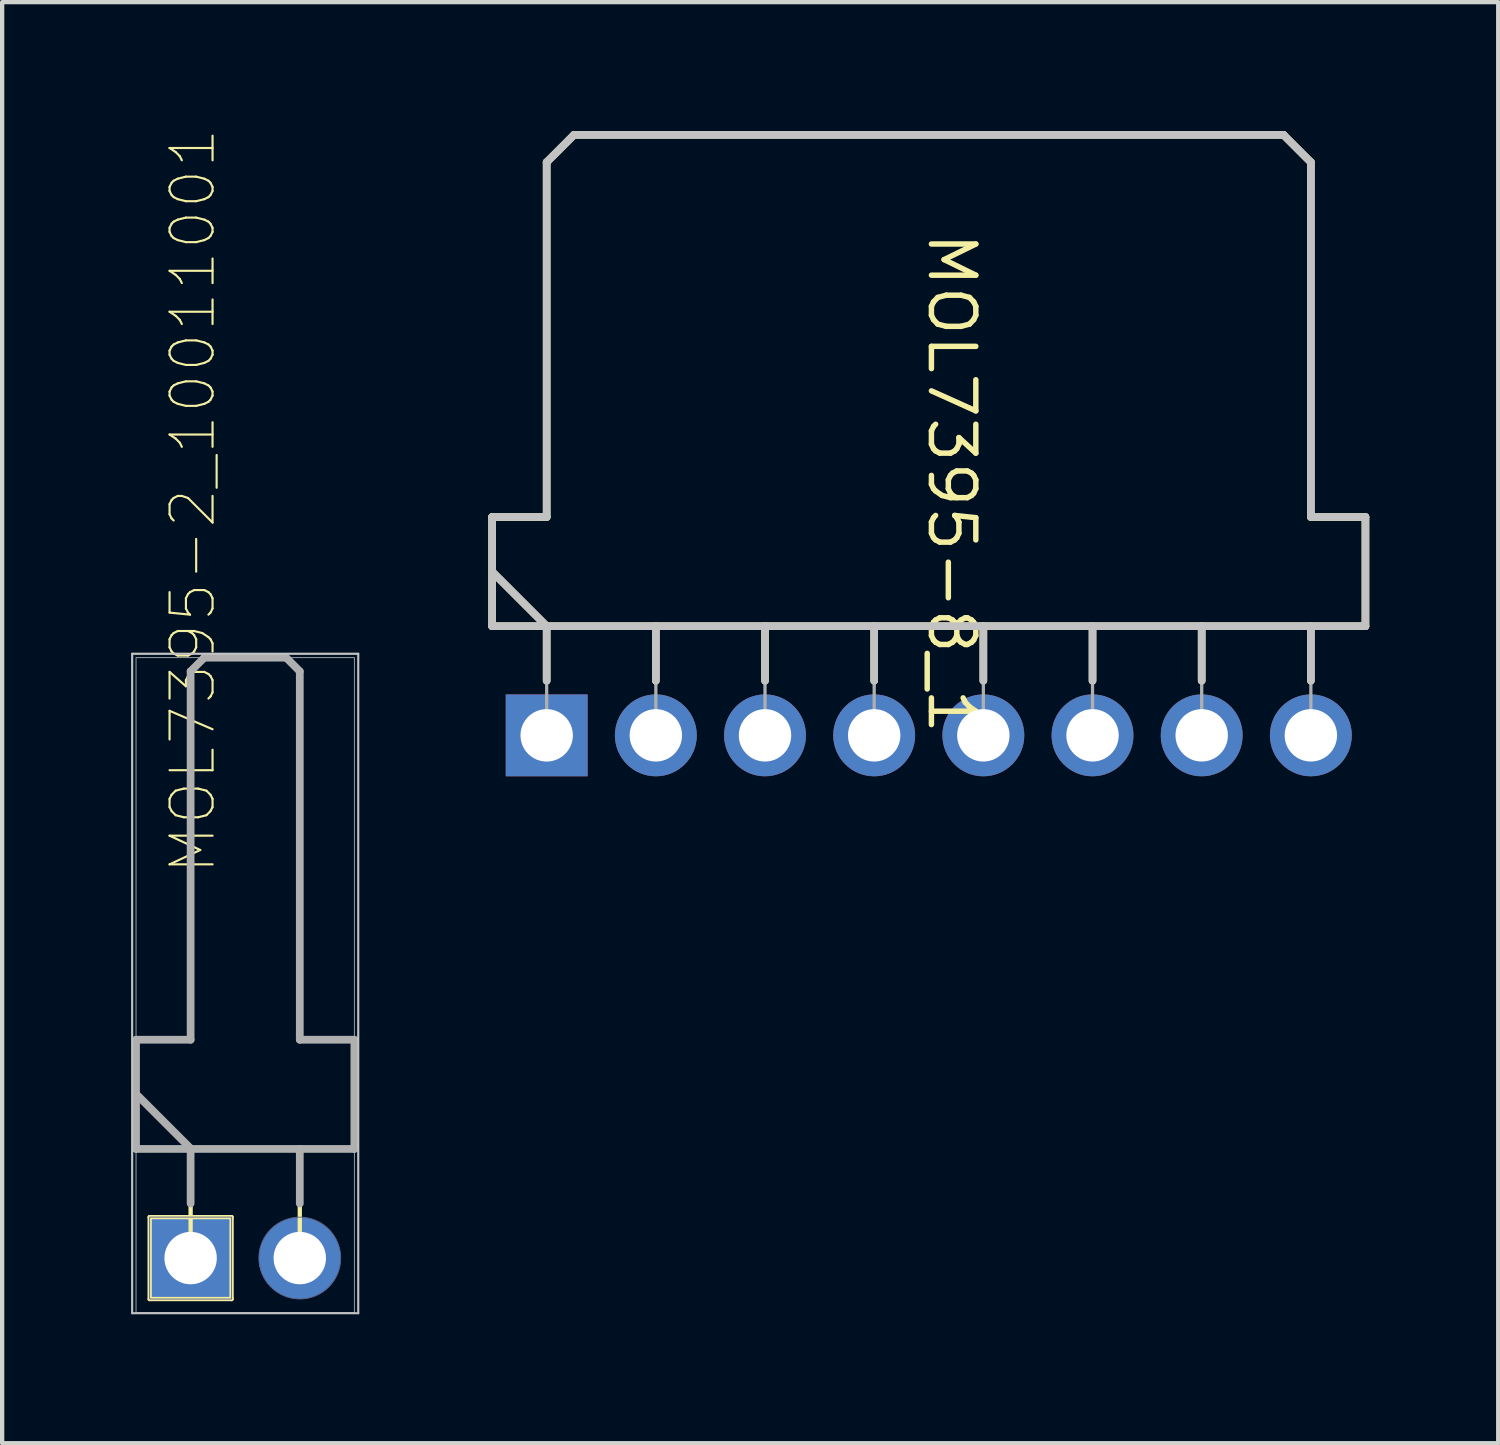
<source format=kicad_pcb>
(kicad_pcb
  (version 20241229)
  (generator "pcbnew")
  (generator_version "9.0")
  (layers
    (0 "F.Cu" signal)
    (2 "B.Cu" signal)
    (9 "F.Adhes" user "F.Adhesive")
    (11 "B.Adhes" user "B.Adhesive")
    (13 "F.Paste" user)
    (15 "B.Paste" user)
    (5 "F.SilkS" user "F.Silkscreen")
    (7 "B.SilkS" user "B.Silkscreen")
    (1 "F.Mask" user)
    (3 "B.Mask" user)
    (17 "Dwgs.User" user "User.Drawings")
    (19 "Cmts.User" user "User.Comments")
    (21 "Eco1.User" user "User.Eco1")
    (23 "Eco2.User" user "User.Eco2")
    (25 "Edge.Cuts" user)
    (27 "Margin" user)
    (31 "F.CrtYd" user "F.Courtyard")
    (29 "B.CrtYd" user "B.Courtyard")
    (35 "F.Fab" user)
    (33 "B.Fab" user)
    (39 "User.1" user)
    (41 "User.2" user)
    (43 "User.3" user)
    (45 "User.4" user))
  (footprint "MOL7395-8_1"
    (layer "F.Cu")
    (at 9.669 14.059)
    (property "Reference" "MOL7395-8_1" (at 9.423 -5.867 270) (unlocked yes) (layer "F.SilkS") (effects (font (size 1.033 1.087) (thickness 0.127))))
    (attr smd)
    (fp_line (start -1.27 -5.08) (end 0 -5.08) (stroke (width 0.178) (type solid)) (layer "F.SilkS"))
    (fp_line (start -1.27 -2.54) (end -1.27 -5.08) (stroke (width 0.178) (type solid)) (layer "F.SilkS"))
    (fp_line (start -1.27 -2.54) (end 19.05 -2.54) (stroke (width 0.178) (type solid)) (layer "F.SilkS"))
    (fp_line (start -1.245 -3.785) (end 0 -2.54) (stroke (width 0.178) (type solid)) (layer "F.SilkS"))
    (fp_line (start 0 -13.335) (end 0.635 -13.97) (stroke (width 0.178) (type solid)) (layer "F.SilkS"))
    (fp_line (start 0 -5.08) (end 0 -13.335) (stroke (width 0.178) (type solid)) (layer "F.SilkS"))
    (fp_line (start 0 -1.27) (end 0 -2.54) (stroke (width 0.178) (type solid)) (layer "F.SilkS"))
    (fp_line (start 0.635 -13.97) (end 17.145 -13.97) (stroke (width 0.178) (type solid)) (layer "F.SilkS"))
    (fp_line (start 2.54 -1.27) (end 2.54 -2.54) (stroke (width 0.178) (type solid)) (layer "F.SilkS"))
    (fp_line (start 5.08 -1.27) (end 5.08 -2.54) (stroke (width 0.178) (type solid)) (layer "F.SilkS"))
    (fp_line (start 7.62 -1.27) (end 7.62 -2.54) (stroke (width 0.178) (type solid)) (layer "F.SilkS"))
    (fp_line (start 10.16 -1.27) (end 10.16 -2.54) (stroke (width 0.178) (type solid)) (layer "F.SilkS"))
    (fp_line (start 12.7 -1.27) (end 12.7 -2.54) (stroke (width 0.178) (type solid)) (layer "F.SilkS"))
    (fp_line (start 15.24 -1.27) (end 15.24 -2.54) (stroke (width 0.178) (type solid)) (layer "F.SilkS"))
    (fp_line (start 17.145 -13.97) (end 17.78 -13.335) (stroke (width 0.178) (type solid)) (layer "F.SilkS"))
    (fp_line (start 17.78 -5.08) (end 17.78 -13.335) (stroke (width 0.178) (type solid)) (layer "F.SilkS"))
    (fp_line (start 17.78 -5.08) (end 19.05 -5.08) (stroke (width 0.178) (type solid)) (layer "F.SilkS"))
    (fp_line (start 17.78 -1.27) (end 17.78 -2.54) (stroke (width 0.178) (type solid)) (layer "F.SilkS"))
    (fp_line (start 19.05 -2.54) (end 19.05 -5.08) (stroke (width 0.178) (type solid)) (layer "F.SilkS"))
    (fp_line (start -1.27 -5.08) (end 0 -5.08) (stroke (width 0.178) (type solid)) (layer "Dwgs.User"))
    (fp_line (start -1.27 -2.54) (end -1.27 -5.08) (stroke (width 0.178) (type solid)) (layer "Dwgs.User"))
    (fp_line (start -1.27 -2.54) (end 19.05 -2.54) (stroke (width 0.178) (type solid)) (layer "Dwgs.User"))
    (fp_line (start -1.245 -3.785) (end 0 -2.54) (stroke (width 0.178) (type solid)) (layer "Dwgs.User"))
    (fp_line (start 0 -13.335) (end 0.635 -13.97) (stroke (width 0.178) (type solid)) (layer "Dwgs.User"))
    (fp_line (start 0 -5.08) (end 0 -13.335) (stroke (width 0.178) (type solid)) (layer "Dwgs.User"))
    (fp_line (start 0 -1.27) (end 0 -2.54) (stroke (width 0.178) (type solid)) (layer "Dwgs.User"))
    (fp_line (start 0.635 -13.97) (end 17.145 -13.97) (stroke (width 0.178) (type solid)) (layer "Dwgs.User"))
    (fp_line (start 2.54 -1.27) (end 2.54 -2.54) (stroke (width 0.178) (type solid)) (layer "Dwgs.User"))
    (fp_line (start 5.08 -1.27) (end 5.08 -2.54) (stroke (width 0.178) (type solid)) (layer "Dwgs.User"))
    (fp_line (start 7.62 -1.27) (end 7.62 -2.54) (stroke (width 0.178) (type solid)) (layer "Dwgs.User"))
    (fp_line (start 10.16 -1.27) (end 10.16 -2.54) (stroke (width 0.178) (type solid)) (layer "Dwgs.User"))
    (fp_line (start 12.7 -1.27) (end 12.7 -2.54) (stroke (width 0.178) (type solid)) (layer "Dwgs.User"))
    (fp_line (start 15.24 -1.27) (end 15.24 -2.54) (stroke (width 0.178) (type solid)) (layer "Dwgs.User"))
    (fp_line (start 17.145 -13.97) (end 17.78 -13.335) (stroke (width 0.178) (type solid)) (layer "Dwgs.User"))
    (fp_line (start 17.78 -5.08) (end 17.78 -13.335) (stroke (width 0.178) (type solid)) (layer "Dwgs.User"))
    (fp_line (start 17.78 -5.08) (end 19.05 -5.08) (stroke (width 0.178) (type solid)) (layer "Dwgs.User"))
    (fp_line (start 17.78 -1.27) (end 17.78 -2.54) (stroke (width 0.178) (type solid)) (layer "Dwgs.User"))
    (fp_line (start 19.05 -2.54) (end 19.05 -5.08) (stroke (width 0.178) (type solid)) (layer "Dwgs.User"))
    (fp_line (start -1.27 -5.08) (end 0 -5.08) (stroke (width 0.076) (type solid)) (layer "F.Fab"))
    (fp_line (start -1.27 -2.54) (end -1.27 -5.08) (stroke (width 0.076) (type solid)) (layer "F.Fab"))
    (fp_line (start -1.27 -2.54) (end 19.05 -2.54) (stroke (width 0.076) (type solid)) (layer "F.Fab"))
    (fp_line (start -1.245 -3.785) (end 0 -2.54) (stroke (width 0.076) (type solid)) (layer "F.Fab"))
    (fp_line (start 0 -13.335) (end 0.635 -13.97) (stroke (width 0.076) (type solid)) (layer "F.Fab"))
    (fp_line (start 0 -5.08) (end 0 -13.335) (stroke (width 0.076) (type solid)) (layer "F.Fab"))
    (fp_line (start 0 0) (end 0 -2.54) (stroke (width 0.076) (type solid)) (layer "F.Fab"))
    (fp_line (start 0.635 -13.97) (end 17.145 -13.97) (stroke (width 0.076) (type solid)) (layer "F.Fab"))
    (fp_line (start 2.54 0) (end 2.54 -2.54) (stroke (width 0.076) (type solid)) (layer "F.Fab"))
    (fp_line (start 5.08 0) (end 5.08 -2.54) (stroke (width 0.076) (type solid)) (layer "F.Fab"))
    (fp_line (start 7.62 0) (end 7.62 -2.54) (stroke (width 0.076) (type solid)) (layer "F.Fab"))
    (fp_line (start 10.16 0) (end 10.16 -2.54) (stroke (width 0.076) (type solid)) (layer "F.Fab"))
    (fp_line (start 12.7 0) (end 12.7 -2.54) (stroke (width 0.076) (type solid)) (layer "F.Fab"))
    (fp_line (start 15.24 0) (end 15.24 -2.54) (stroke (width 0.076) (type solid)) (layer "F.Fab"))
    (fp_line (start 17.145 -13.97) (end 17.78 -13.335) (stroke (width 0.076) (type solid)) (layer "F.Fab"))
    (fp_line (start 17.78 -5.08) (end 17.78 -13.335) (stroke (width 0.076) (type solid)) (layer "F.Fab"))
    (fp_line (start 17.78 -5.08) (end 19.05 -5.08) (stroke (width 0.076) (type solid)) (layer "F.Fab"))
    (fp_line (start 17.78 0) (end 17.78 -2.54) (stroke (width 0.076) (type solid)) (layer "F.Fab"))
    (fp_line (start 19.05 -2.54) (end 19.05 -5.08) (stroke (width 0.076) (type solid)) (layer "F.Fab"))
    (pad "1" thru_hole rect (at 0 0) (size 1.905 1.905) (drill 1.219) (layers "*.Cu" "*.Mask"))
    (pad "2" thru_hole circle (at 2.54 0) (size 1.905 1.905) (drill 1.219) (layers "*.Cu" "*.Mask"))
    (pad "3" thru_hole circle (at 5.08 0) (size 1.905 1.905) (drill 1.219) (layers "*.Cu" "*.Mask"))
    (pad "4" thru_hole circle (at 7.62 0) (size 1.905 1.905) (drill 1.219) (layers "*.Cu" "*.Mask"))
    (pad "5" thru_hole circle (at 10.16 0) (size 1.905 1.905) (drill 1.219) (layers "*.Cu" "*.Mask"))
    (pad "6" thru_hole circle (at 12.7 0) (size 1.905 1.905) (drill 1.219) (layers "*.Cu" "*.Mask"))
    (pad "7" thru_hole circle (at 15.24 0) (size 1.905 1.905) (drill 1.219) (layers "*.Cu" "*.Mask"))
    (pad "8" thru_hole circle (at 17.78 0) (size 1.905 1.905) (drill 1.219) (layers "*.Cu" "*.Mask")))
  (footprint "MOL7395-2_10011001"
    (placed yes)
    (layer "F.Cu")
    (at 1.385 26.221)
    (property "Reference" "MOL7395-2_10011001" (at 0.635 -8.89 90) (layer "F.SilkS") (effects (font (size 1 1) (thickness 0.05)) (justify left bottom)))
    (attr through_hole)
    (fp_line (start -1.27 -5.08) (end -1.27 -2.54) (stroke (width 0.1) (type solid)) (layer "F.SilkS"))
    (fp_line (start -1.27 -3.82) (end 0 -2.55) (stroke (width 0.1) (type solid)) (layer "F.SilkS"))
    (fp_line (start -1.27 -2.54) (end 3.81 -2.54) (stroke (width 0.1) (type solid)) (layer "F.SilkS"))
    (fp_line (start -0.953 -0.953) (end -0.953 0.953) (stroke (width 0.1) (type solid)) (layer "F.SilkS"))
    (fp_line (start -0.953 0.953) (end 0.953 0.953) (stroke (width 0.1) (type solid)) (layer "F.SilkS"))
    (fp_line (start 0 -13.652) (end 0 -5.08) (stroke (width 0.1) (type solid)) (layer "F.SilkS"))
    (fp_line (start 0 -5.08) (end -1.27 -5.08) (stroke (width 0.1) (type solid)) (layer "F.SilkS"))
    (fp_line (start 0 0) (end 0 -2.54) (stroke (width 0.1) (type solid)) (layer "F.SilkS"))
    (fp_line (start 0.318 -13.97) (end 0 -13.652) (stroke (width 0.1) (type solid)) (layer "F.SilkS"))
    (fp_line (start 0.953 -0.953) (end -0.953 -0.953) (stroke (width 0.1) (type solid)) (layer "F.SilkS"))
    (fp_line (start 0.953 0.953) (end 0.953 -0.953) (stroke (width 0.1) (type solid)) (layer "F.SilkS"))
    (fp_line (start 2.223 -13.97) (end 0.318 -13.97) (stroke (width 0.1) (type solid)) (layer "F.SilkS"))
    (fp_line (start 2.54 -13.652) (end 2.223 -13.97) (stroke (width 0.1) (type solid)) (layer "F.SilkS"))
    (fp_line (start 2.54 -5.08) (end 2.54 -13.652) (stroke (width 0.1) (type solid)) (layer "F.SilkS"))
    (fp_line (start 2.54 0) (end 2.54 -2.54) (stroke (width 0.1) (type solid)) (layer "F.SilkS"))
    (fp_line (start 3.81 -5.08) (end 2.54 -5.08) (stroke (width 0.1) (type solid)) (layer "F.SilkS"))
    (fp_line (start 3.81 -2.54) (end 3.81 -5.08) (stroke (width 0.1) (type solid)) (layer "F.SilkS"))
    (fp_line (start -1.36 -14.06) (end 3.9 -14.06) (stroke (width 0.05) (type solid)) (layer "Dwgs.User"))
    (fp_line (start -1.36 1.283) (end -1.36 -14.06) (stroke (width 0.05) (type solid)) (layer "Dwgs.User"))
    (fp_line (start 3.9 -14.06) (end 3.9 1.283) (stroke (width 0.05) (type solid)) (layer "Dwgs.User"))
    (fp_line (start 3.9 1.283) (end -1.36 1.283) (stroke (width 0.05) (type solid)) (layer "Dwgs.User"))
    (fp_arc (start 3.4925 0) (mid 1.5875 0) (end 3.4925 0) (stroke (width 0.02) (type solid)) (layer "B.Fab"))
    (fp_poly (pts (xy 0.953 -0.953) (xy 0.953 0.953) (xy -0.953 0.953) (xy -0.953 -0.953)) (stroke (width 0.02) (type solid)) (fill no) (layer "B.Fab"))
    (fp_line (start -1.27 -5.08) (end -1.27 -2.54) (stroke (width 0.18) (type solid)) (layer "F.Fab"))
    (fp_line (start -1.27 -3.82) (end 0 -2.55) (stroke (width 0.18) (type solid)) (layer "F.Fab"))
    (fp_line (start -1.27 -2.54) (end 3.81 -2.54) (stroke (width 0.18) (type solid)) (layer "F.Fab"))
    (fp_line (start 0 -13.652) (end 0 -5.08) (stroke (width 0.18) (type solid)) (layer "F.Fab"))
    (fp_line (start 0 -5.08) (end -1.27 -5.08) (stroke (width 0.18) (type solid)) (layer "F.Fab"))
    (fp_line (start 0 -1.27) (end 0 -2.54) (stroke (width 0.18) (type solid)) (layer "F.Fab"))
    (fp_line (start 0.318 -13.97) (end 0 -13.652) (stroke (width 0.18) (type solid)) (layer "F.Fab"))
    (fp_line (start 2.223 -13.97) (end 0.318 -13.97) (stroke (width 0.18) (type solid)) (layer "F.Fab"))
    (fp_line (start 2.54 -13.652) (end 2.223 -13.97) (stroke (width 0.18) (type solid)) (layer "F.Fab"))
    (fp_line (start 2.54 -5.08) (end 2.54 -13.652) (stroke (width 0.18) (type solid)) (layer "F.Fab"))
    (fp_line (start 2.54 -1.27) (end 2.54 -2.54) (stroke (width 0.18) (type solid)) (layer "F.Fab"))
    (fp_line (start 3.81 -5.08) (end 2.54 -5.08) (stroke (width 0.18) (type solid)) (layer "F.Fab"))
    (fp_line (start 3.81 -2.54) (end 3.81 -5.08) (stroke (width 0.18) (type solid)) (layer "F.Fab"))
    (fp_poly (pts (xy -1.27 1.27) (xy -1.27 -13.97) (xy 3.81 -13.97) (xy 3.81 1.27) (xy -1.27 1.27)) (stroke (width 0.02) (type solid)) (fill no) (layer "F.Fab"))
    (pad "1" thru_hole rect (at 0 0) (size 1.905 1.905) (drill 1.219) (layers "*.Cu" "*.Mask"))
    (pad "2" thru_hole circle (at 2.54 0) (size 1.905 1.905) (drill 1.219) (layers "*.Cu" "*.Mask")))
  (gr_rect
    (start -3 -3)
    (end 31.808 30.529)
    (stroke (width 0.1) (type default))
    (fill no)
    (layer "Edge.Cuts")))
</source>
